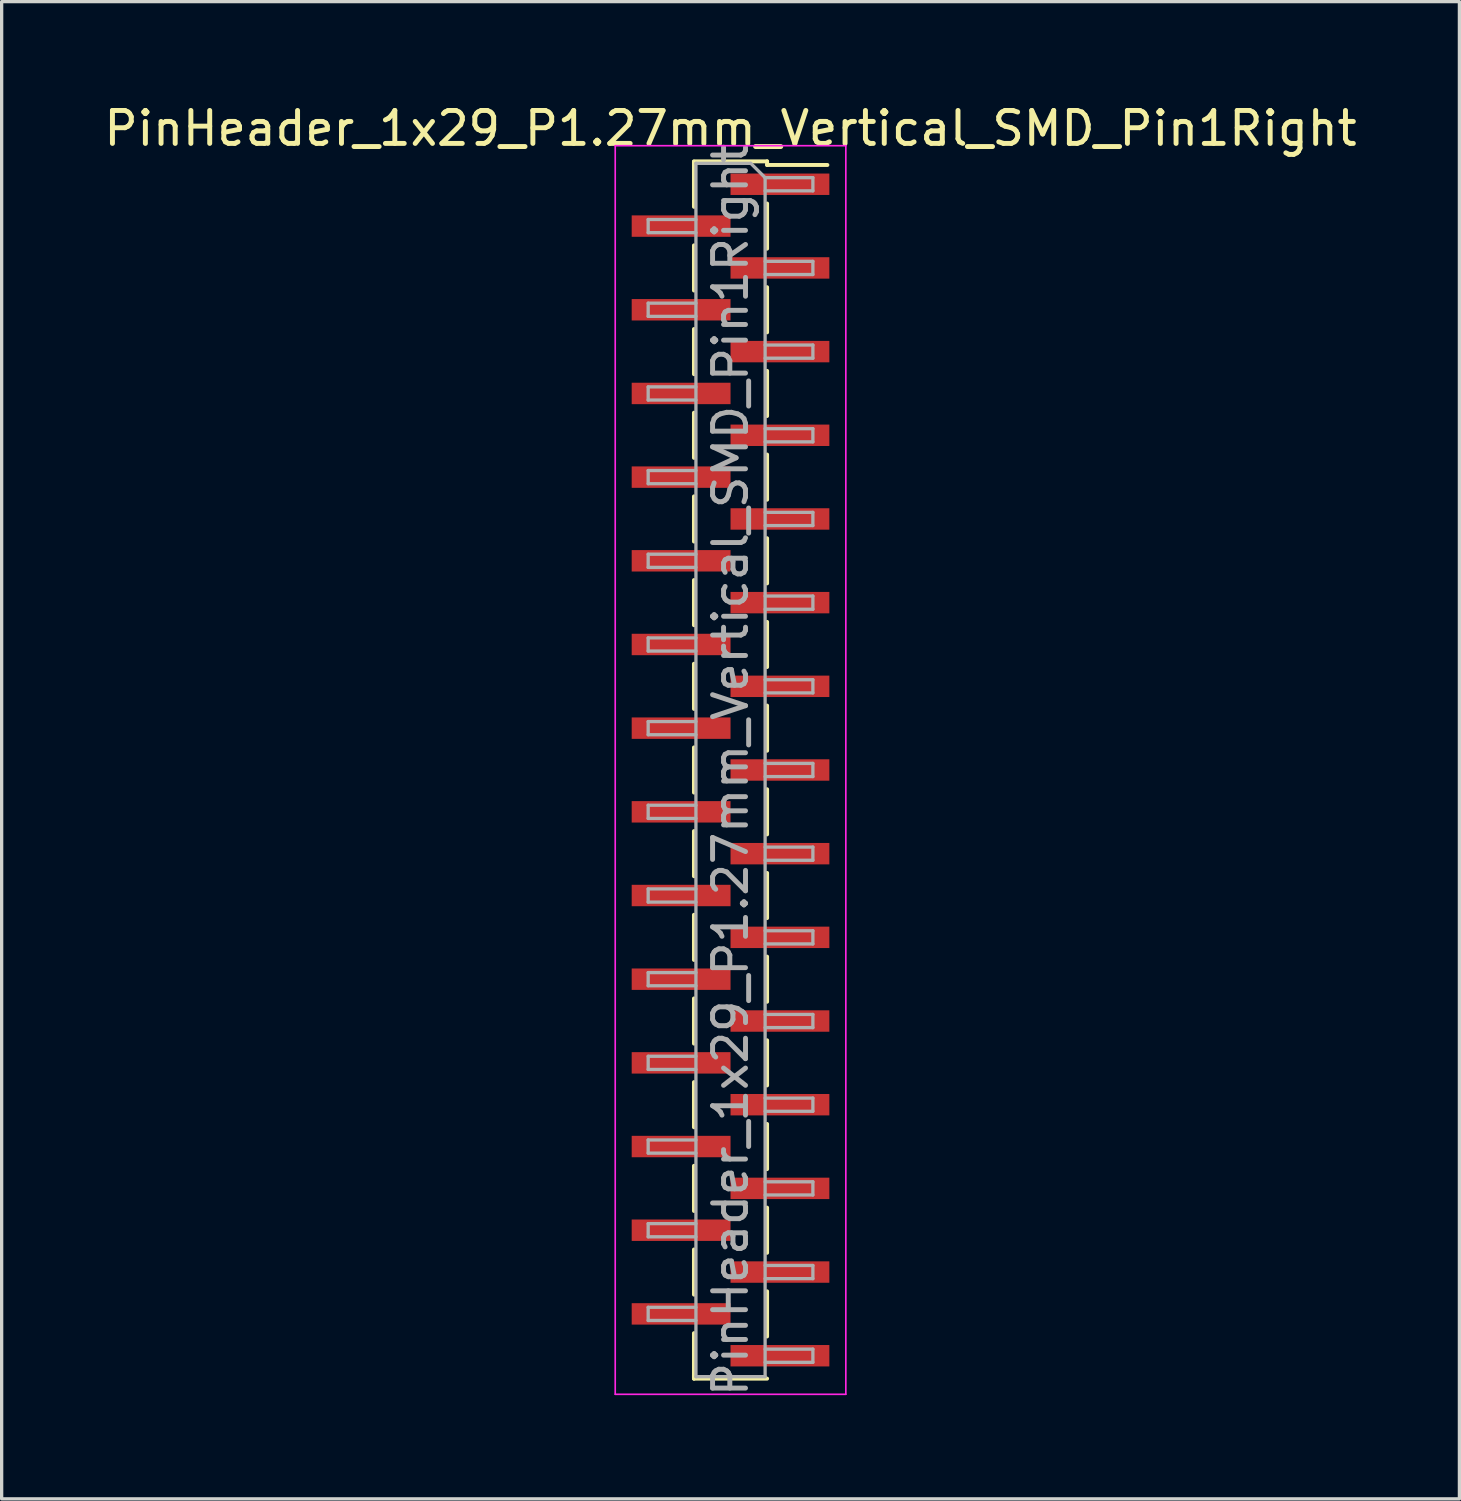
<source format=kicad_pcb>
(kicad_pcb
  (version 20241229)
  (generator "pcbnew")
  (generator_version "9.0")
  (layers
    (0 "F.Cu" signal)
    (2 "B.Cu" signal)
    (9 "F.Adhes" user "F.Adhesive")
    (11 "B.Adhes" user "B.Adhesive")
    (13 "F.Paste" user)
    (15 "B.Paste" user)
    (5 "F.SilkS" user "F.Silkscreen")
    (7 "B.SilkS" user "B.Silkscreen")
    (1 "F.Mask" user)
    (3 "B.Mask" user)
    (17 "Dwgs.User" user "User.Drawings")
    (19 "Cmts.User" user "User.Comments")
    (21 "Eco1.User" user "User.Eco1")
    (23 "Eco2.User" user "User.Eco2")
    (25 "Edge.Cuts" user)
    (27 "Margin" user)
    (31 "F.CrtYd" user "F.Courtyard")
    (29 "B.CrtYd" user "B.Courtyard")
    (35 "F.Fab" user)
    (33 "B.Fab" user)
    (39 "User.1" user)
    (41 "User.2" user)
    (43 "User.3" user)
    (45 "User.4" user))
  (footprint "PinHeader_1x29_P1.27mm_Vertical_SMD_Pin1Right"
    (layer "F.Cu")
    (at 19.125 20.323)
    (property "Reference" "PinHeader_1x29_P1.27mm_Vertical_SMD_Pin1Right" (at 0 -19.475 0) (layer "F.SilkS") (effects (font (size 1 1) (thickness 0.15))))
    (attr smd)
    (fp_line (start -1.11 -18.475) (end 1.11 -18.475) (stroke (width 0.12) (type solid)) (layer "F.SilkS"))
    (fp_line (start -1.11 -18.465) (end -1.11 -17.095) (stroke (width 0.12) (type solid)) (layer "F.SilkS"))
    (fp_line (start -1.11 -15.925) (end -1.11 -14.555) (stroke (width 0.12) (type solid)) (layer "F.SilkS"))
    (fp_line (start -1.11 -13.385) (end -1.11 -12.015) (stroke (width 0.12) (type solid)) (layer "F.SilkS"))
    (fp_line (start -1.11 -10.845) (end -1.11 -9.475) (stroke (width 0.12) (type solid)) (layer "F.SilkS"))
    (fp_line (start -1.11 -8.305) (end -1.11 -6.935) (stroke (width 0.12) (type solid)) (layer "F.SilkS"))
    (fp_line (start -1.11 -5.765) (end -1.11 -4.395) (stroke (width 0.12) (type solid)) (layer "F.SilkS"))
    (fp_line (start -1.11 -3.225) (end -1.11 -1.855) (stroke (width 0.12) (type solid)) (layer "F.SilkS"))
    (fp_line (start -1.11 -0.685) (end -1.11 0.685) (stroke (width 0.12) (type solid)) (layer "F.SilkS"))
    (fp_line (start -1.11 1.855) (end -1.11 3.225) (stroke (width 0.12) (type solid)) (layer "F.SilkS"))
    (fp_line (start -1.11 4.395) (end -1.11 5.765) (stroke (width 0.12) (type solid)) (layer "F.SilkS"))
    (fp_line (start -1.11 6.935) (end -1.11 8.305) (stroke (width 0.12) (type solid)) (layer "F.SilkS"))
    (fp_line (start -1.11 9.475) (end -1.11 10.845) (stroke (width 0.12) (type solid)) (layer "F.SilkS"))
    (fp_line (start -1.11 12.015) (end -1.11 13.385) (stroke (width 0.12) (type solid)) (layer "F.SilkS"))
    (fp_line (start -1.11 14.555) (end -1.11 15.925) (stroke (width 0.12) (type solid)) (layer "F.SilkS"))
    (fp_line (start -1.11 17.095) (end -1.11 18.465) (stroke (width 0.12) (type solid)) (layer "F.SilkS"))
    (fp_line (start -1.11 18.365) (end -1.11 18.475) (stroke (width 0.12) (type solid)) (layer "F.SilkS"))
    (fp_line (start -1.11 18.475) (end 1.11 18.475) (stroke (width 0.12) (type solid)) (layer "F.SilkS"))
    (fp_line (start 1.11 -18.475) (end 1.11 -18.365) (stroke (width 0.12) (type solid)) (layer "F.SilkS"))
    (fp_line (start 1.11 -18.365) (end 2.94 -18.365) (stroke (width 0.12) (type solid)) (layer "F.SilkS"))
    (fp_line (start 1.11 -17.195) (end 1.11 -15.825) (stroke (width 0.12) (type solid)) (layer "F.SilkS"))
    (fp_line (start 1.11 -14.655) (end 1.11 -13.285) (stroke (width 0.12) (type solid)) (layer "F.SilkS"))
    (fp_line (start 1.11 -12.115) (end 1.11 -10.745) (stroke (width 0.12) (type solid)) (layer "F.SilkS"))
    (fp_line (start 1.11 -9.575) (end 1.11 -8.205) (stroke (width 0.12) (type solid)) (layer "F.SilkS"))
    (fp_line (start 1.11 -7.035) (end 1.11 -5.665) (stroke (width 0.12) (type solid)) (layer "F.SilkS"))
    (fp_line (start 1.11 -4.495) (end 1.11 -3.125) (stroke (width 0.12) (type solid)) (layer "F.SilkS"))
    (fp_line (start 1.11 -1.955) (end 1.11 -0.585) (stroke (width 0.12) (type solid)) (layer "F.SilkS"))
    (fp_line (start 1.11 0.585) (end 1.11 1.955) (stroke (width 0.12) (type solid)) (layer "F.SilkS"))
    (fp_line (start 1.11 3.125) (end 1.11 4.495) (stroke (width 0.12) (type solid)) (layer "F.SilkS"))
    (fp_line (start 1.11 5.665) (end 1.11 7.035) (stroke (width 0.12) (type solid)) (layer "F.SilkS"))
    (fp_line (start 1.11 8.205) (end 1.11 9.575) (stroke (width 0.12) (type solid)) (layer "F.SilkS"))
    (fp_line (start 1.11 10.745) (end 1.11 12.115) (stroke (width 0.12) (type solid)) (layer "F.SilkS"))
    (fp_line (start 1.11 13.285) (end 1.11 14.655) (stroke (width 0.12) (type solid)) (layer "F.SilkS"))
    (fp_line (start 1.11 15.825) (end 1.11 17.195) (stroke (width 0.12) (type solid)) (layer "F.SilkS"))
    (fp_line (start -3.5 -18.95) (end -3.5 18.95) (stroke (width 0.05) (type solid)) (layer "F.CrtYd"))
    (fp_line (start -3.5 18.95) (end 3.5 18.95) (stroke (width 0.05) (type solid)) (layer "F.CrtYd"))
    (fp_line (start 3.5 -18.95) (end -3.5 -18.95) (stroke (width 0.05) (type solid)) (layer "F.CrtYd"))
    (fp_line (start 3.5 18.95) (end 3.5 -18.95) (stroke (width 0.05) (type solid)) (layer "F.CrtYd"))
    (fp_line (start -2.5 -16.71) (end -2.5 -16.31) (stroke (width 0.1) (type solid)) (layer "F.Fab"))
    (fp_line (start -2.5 -16.31) (end -1.05 -16.31) (stroke (width 0.1) (type solid)) (layer "F.Fab"))
    (fp_line (start -2.5 -14.17) (end -2.5 -13.77) (stroke (width 0.1) (type solid)) (layer "F.Fab"))
    (fp_line (start -2.5 -13.77) (end -1.05 -13.77) (stroke (width 0.1) (type solid)) (layer "F.Fab"))
    (fp_line (start -2.5 -11.63) (end -2.5 -11.23) (stroke (width 0.1) (type solid)) (layer "F.Fab"))
    (fp_line (start -2.5 -11.23) (end -1.05 -11.23) (stroke (width 0.1) (type solid)) (layer "F.Fab"))
    (fp_line (start -2.5 -9.09) (end -2.5 -8.69) (stroke (width 0.1) (type solid)) (layer "F.Fab"))
    (fp_line (start -2.5 -8.69) (end -1.05 -8.69) (stroke (width 0.1) (type solid)) (layer "F.Fab"))
    (fp_line (start -2.5 -6.55) (end -2.5 -6.15) (stroke (width 0.1) (type solid)) (layer "F.Fab"))
    (fp_line (start -2.5 -6.15) (end -1.05 -6.15) (stroke (width 0.1) (type solid)) (layer "F.Fab"))
    (fp_line (start -2.5 -4.01) (end -2.5 -3.61) (stroke (width 0.1) (type solid)) (layer "F.Fab"))
    (fp_line (start -2.5 -3.61) (end -1.05 -3.61) (stroke (width 0.1) (type solid)) (layer "F.Fab"))
    (fp_line (start -2.5 -1.47) (end -2.5 -1.07) (stroke (width 0.1) (type solid)) (layer "F.Fab"))
    (fp_line (start -2.5 -1.07) (end -1.05 -1.07) (stroke (width 0.1) (type solid)) (layer "F.Fab"))
    (fp_line (start -2.5 1.07) (end -2.5 1.47) (stroke (width 0.1) (type solid)) (layer "F.Fab"))
    (fp_line (start -2.5 1.47) (end -1.05 1.47) (stroke (width 0.1) (type solid)) (layer "F.Fab"))
    (fp_line (start -2.5 3.61) (end -2.5 4.01) (stroke (width 0.1) (type solid)) (layer "F.Fab"))
    (fp_line (start -2.5 4.01) (end -1.05 4.01) (stroke (width 0.1) (type solid)) (layer "F.Fab"))
    (fp_line (start -2.5 6.15) (end -2.5 6.55) (stroke (width 0.1) (type solid)) (layer "F.Fab"))
    (fp_line (start -2.5 6.55) (end -1.05 6.55) (stroke (width 0.1) (type solid)) (layer "F.Fab"))
    (fp_line (start -2.5 8.69) (end -2.5 9.09) (stroke (width 0.1) (type solid)) (layer "F.Fab"))
    (fp_line (start -2.5 9.09) (end -1.05 9.09) (stroke (width 0.1) (type solid)) (layer "F.Fab"))
    (fp_line (start -2.5 11.23) (end -2.5 11.63) (stroke (width 0.1) (type solid)) (layer "F.Fab"))
    (fp_line (start -2.5 11.63) (end -1.05 11.63) (stroke (width 0.1) (type solid)) (layer "F.Fab"))
    (fp_line (start -2.5 13.77) (end -2.5 14.17) (stroke (width 0.1) (type solid)) (layer "F.Fab"))
    (fp_line (start -2.5 14.17) (end -1.05 14.17) (stroke (width 0.1) (type solid)) (layer "F.Fab"))
    (fp_line (start -2.5 16.31) (end -2.5 16.71) (stroke (width 0.1) (type solid)) (layer "F.Fab"))
    (fp_line (start -2.5 16.71) (end -1.05 16.71) (stroke (width 0.1) (type solid)) (layer "F.Fab"))
    (fp_line (start -1.05 -18.415) (end -1.05 18.415) (stroke (width 0.1) (type solid)) (layer "F.Fab"))
    (fp_line (start -1.05 -18.415) (end 0.615 -18.415) (stroke (width 0.1) (type solid)) (layer "F.Fab"))
    (fp_line (start -1.05 -16.71) (end -2.5 -16.71) (stroke (width 0.1) (type solid)) (layer "F.Fab"))
    (fp_line (start -1.05 -14.17) (end -2.5 -14.17) (stroke (width 0.1) (type solid)) (layer "F.Fab"))
    (fp_line (start -1.05 -11.63) (end -2.5 -11.63) (stroke (width 0.1) (type solid)) (layer "F.Fab"))
    (fp_line (start -1.05 -9.09) (end -2.5 -9.09) (stroke (width 0.1) (type solid)) (layer "F.Fab"))
    (fp_line (start -1.05 -6.55) (end -2.5 -6.55) (stroke (width 0.1) (type solid)) (layer "F.Fab"))
    (fp_line (start -1.05 -4.01) (end -2.5 -4.01) (stroke (width 0.1) (type solid)) (layer "F.Fab"))
    (fp_line (start -1.05 -1.47) (end -2.5 -1.47) (stroke (width 0.1) (type solid)) (layer "F.Fab"))
    (fp_line (start -1.05 1.07) (end -2.5 1.07) (stroke (width 0.1) (type solid)) (layer "F.Fab"))
    (fp_line (start -1.05 3.61) (end -2.5 3.61) (stroke (width 0.1) (type solid)) (layer "F.Fab"))
    (fp_line (start -1.05 6.15) (end -2.5 6.15) (stroke (width 0.1) (type solid)) (layer "F.Fab"))
    (fp_line (start -1.05 8.69) (end -2.5 8.69) (stroke (width 0.1) (type solid)) (layer "F.Fab"))
    (fp_line (start -1.05 11.23) (end -2.5 11.23) (stroke (width 0.1) (type solid)) (layer "F.Fab"))
    (fp_line (start -1.05 13.77) (end -2.5 13.77) (stroke (width 0.1) (type solid)) (layer "F.Fab"))
    (fp_line (start -1.05 16.31) (end -2.5 16.31) (stroke (width 0.1) (type solid)) (layer "F.Fab"))
    (fp_line (start 1.05 -17.98) (end 0.615 -18.415) (stroke (width 0.1) (type solid)) (layer "F.Fab"))
    (fp_line (start 1.05 -17.98) (end 2.5 -17.98) (stroke (width 0.1) (type solid)) (layer "F.Fab"))
    (fp_line (start 1.05 -15.44) (end 2.5 -15.44) (stroke (width 0.1) (type solid)) (layer "F.Fab"))
    (fp_line (start 1.05 -12.9) (end 2.5 -12.9) (stroke (width 0.1) (type solid)) (layer "F.Fab"))
    (fp_line (start 1.05 -10.36) (end 2.5 -10.36) (stroke (width 0.1) (type solid)) (layer "F.Fab"))
    (fp_line (start 1.05 -7.82) (end 2.5 -7.82) (stroke (width 0.1) (type solid)) (layer "F.Fab"))
    (fp_line (start 1.05 -5.28) (end 2.5 -5.28) (stroke (width 0.1) (type solid)) (layer "F.Fab"))
    (fp_line (start 1.05 -2.74) (end 2.5 -2.74) (stroke (width 0.1) (type solid)) (layer "F.Fab"))
    (fp_line (start 1.05 -0.2) (end 2.5 -0.2) (stroke (width 0.1) (type solid)) (layer "F.Fab"))
    (fp_line (start 1.05 2.34) (end 2.5 2.34) (stroke (width 0.1) (type solid)) (layer "F.Fab"))
    (fp_line (start 1.05 4.88) (end 2.5 4.88) (stroke (width 0.1) (type solid)) (layer "F.Fab"))
    (fp_line (start 1.05 7.42) (end 2.5 7.42) (stroke (width 0.1) (type solid)) (layer "F.Fab"))
    (fp_line (start 1.05 9.96) (end 2.5 9.96) (stroke (width 0.1) (type solid)) (layer "F.Fab"))
    (fp_line (start 1.05 12.5) (end 2.5 12.5) (stroke (width 0.1) (type solid)) (layer "F.Fab"))
    (fp_line (start 1.05 15.04) (end 2.5 15.04) (stroke (width 0.1) (type solid)) (layer "F.Fab"))
    (fp_line (start 1.05 17.58) (end 2.5 17.58) (stroke (width 0.1) (type solid)) (layer "F.Fab"))
    (fp_line (start 1.05 18.415) (end -1.05 18.415) (stroke (width 0.1) (type solid)) (layer "F.Fab"))
    (fp_line (start 1.05 18.415) (end 1.05 -17.98) (stroke (width 0.1) (type solid)) (layer "F.Fab"))
    (fp_line (start 2.5 -17.98) (end 2.5 -17.58) (stroke (width 0.1) (type solid)) (layer "F.Fab"))
    (fp_line (start 2.5 -17.58) (end 1.05 -17.58) (stroke (width 0.1) (type solid)) (layer "F.Fab"))
    (fp_line (start 2.5 -15.44) (end 2.5 -15.04) (stroke (width 0.1) (type solid)) (layer "F.Fab"))
    (fp_line (start 2.5 -15.04) (end 1.05 -15.04) (stroke (width 0.1) (type solid)) (layer "F.Fab"))
    (fp_line (start 2.5 -12.9) (end 2.5 -12.5) (stroke (width 0.1) (type solid)) (layer "F.Fab"))
    (fp_line (start 2.5 -12.5) (end 1.05 -12.5) (stroke (width 0.1) (type solid)) (layer "F.Fab"))
    (fp_line (start 2.5 -10.36) (end 2.5 -9.96) (stroke (width 0.1) (type solid)) (layer "F.Fab"))
    (fp_line (start 2.5 -9.96) (end 1.05 -9.96) (stroke (width 0.1) (type solid)) (layer "F.Fab"))
    (fp_line (start 2.5 -7.82) (end 2.5 -7.42) (stroke (width 0.1) (type solid)) (layer "F.Fab"))
    (fp_line (start 2.5 -7.42) (end 1.05 -7.42) (stroke (width 0.1) (type solid)) (layer "F.Fab"))
    (fp_line (start 2.5 -5.28) (end 2.5 -4.88) (stroke (width 0.1) (type solid)) (layer "F.Fab"))
    (fp_line (start 2.5 -4.88) (end 1.05 -4.88) (stroke (width 0.1) (type solid)) (layer "F.Fab"))
    (fp_line (start 2.5 -2.74) (end 2.5 -2.34) (stroke (width 0.1) (type solid)) (layer "F.Fab"))
    (fp_line (start 2.5 -2.34) (end 1.05 -2.34) (stroke (width 0.1) (type solid)) (layer "F.Fab"))
    (fp_line (start 2.5 -0.2) (end 2.5 0.2) (stroke (width 0.1) (type solid)) (layer "F.Fab"))
    (fp_line (start 2.5 0.2) (end 1.05 0.2) (stroke (width 0.1) (type solid)) (layer "F.Fab"))
    (fp_line (start 2.5 2.34) (end 2.5 2.74) (stroke (width 0.1) (type solid)) (layer "F.Fab"))
    (fp_line (start 2.5 2.74) (end 1.05 2.74) (stroke (width 0.1) (type solid)) (layer "F.Fab"))
    (fp_line (start 2.5 4.88) (end 2.5 5.28) (stroke (width 0.1) (type solid)) (layer "F.Fab"))
    (fp_line (start 2.5 5.28) (end 1.05 5.28) (stroke (width 0.1) (type solid)) (layer "F.Fab"))
    (fp_line (start 2.5 7.42) (end 2.5 7.82) (stroke (width 0.1) (type solid)) (layer "F.Fab"))
    (fp_line (start 2.5 7.82) (end 1.05 7.82) (stroke (width 0.1) (type solid)) (layer "F.Fab"))
    (fp_line (start 2.5 9.96) (end 2.5 10.36) (stroke (width 0.1) (type solid)) (layer "F.Fab"))
    (fp_line (start 2.5 10.36) (end 1.05 10.36) (stroke (width 0.1) (type solid)) (layer "F.Fab"))
    (fp_line (start 2.5 12.5) (end 2.5 12.9) (stroke (width 0.1) (type solid)) (layer "F.Fab"))
    (fp_line (start 2.5 12.9) (end 1.05 12.9) (stroke (width 0.1) (type solid)) (layer "F.Fab"))
    (fp_line (start 2.5 15.04) (end 2.5 15.44) (stroke (width 0.1) (type solid)) (layer "F.Fab"))
    (fp_line (start 2.5 15.44) (end 1.05 15.44) (stroke (width 0.1) (type solid)) (layer "F.Fab"))
    (fp_line (start 2.5 17.58) (end 2.5 17.98) (stroke (width 0.1) (type solid)) (layer "F.Fab"))
    (fp_line (start 2.5 17.98) (end 1.05 17.98) (stroke (width 0.1) (type solid)) (layer "F.Fab"))
    (fp_text user "${REFERENCE}" (at 0 0 90) (layer "F.Fab") (effects (font (size 1 1) (thickness 0.15))))
    (pad "1" smd rect (at 1.5 -17.78) (size 3 0.65) (layers "F.Cu" "F.Mask" "F.Paste"))
    (pad "2" smd rect (at -1.5 -16.51) (size 3 0.65) (layers "F.Cu" "F.Mask" "F.Paste"))
    (pad "3" smd rect (at 1.5 -15.24) (size 3 0.65) (layers "F.Cu" "F.Mask" "F.Paste"))
    (pad "4" smd rect (at -1.5 -13.97) (size 3 0.65) (layers "F.Cu" "F.Mask" "F.Paste"))
    (pad "5" smd rect (at 1.5 -12.7) (size 3 0.65) (layers "F.Cu" "F.Mask" "F.Paste"))
    (pad "6" smd rect (at -1.5 -11.43) (size 3 0.65) (layers "F.Cu" "F.Mask" "F.Paste"))
    (pad "7" smd rect (at 1.5 -10.16) (size 3 0.65) (layers "F.Cu" "F.Mask" "F.Paste"))
    (pad "8" smd rect (at -1.5 -8.89) (size 3 0.65) (layers "F.Cu" "F.Mask" "F.Paste"))
    (pad "9" smd rect (at 1.5 -7.62) (size 3 0.65) (layers "F.Cu" "F.Mask" "F.Paste"))
    (pad "10" smd rect (at -1.5 -6.35) (size 3 0.65) (layers "F.Cu" "F.Mask" "F.Paste"))
    (pad "11" smd rect (at 1.5 -5.08) (size 3 0.65) (layers "F.Cu" "F.Mask" "F.Paste"))
    (pad "12" smd rect (at -1.5 -3.81) (size 3 0.65) (layers "F.Cu" "F.Mask" "F.Paste"))
    (pad "13" smd rect (at 1.5 -2.54) (size 3 0.65) (layers "F.Cu" "F.Mask" "F.Paste"))
    (pad "14" smd rect (at -1.5 -1.27) (size 3 0.65) (layers "F.Cu" "F.Mask" "F.Paste"))
    (pad "15" smd rect (at 1.5 0) (size 3 0.65) (layers "F.Cu" "F.Mask" "F.Paste"))
    (pad "16" smd rect (at -1.5 1.27) (size 3 0.65) (layers "F.Cu" "F.Mask" "F.Paste"))
    (pad "17" smd rect (at 1.5 2.54) (size 3 0.65) (layers "F.Cu" "F.Mask" "F.Paste"))
    (pad "18" smd rect (at -1.5 3.81) (size 3 0.65) (layers "F.Cu" "F.Mask" "F.Paste"))
    (pad "19" smd rect (at 1.5 5.08) (size 3 0.65) (layers "F.Cu" "F.Mask" "F.Paste"))
    (pad "20" smd rect (at -1.5 6.35) (size 3 0.65) (layers "F.Cu" "F.Mask" "F.Paste"))
    (pad "21" smd rect (at 1.5 7.62) (size 3 0.65) (layers "F.Cu" "F.Mask" "F.Paste"))
    (pad "22" smd rect (at -1.5 8.89) (size 3 0.65) (layers "F.Cu" "F.Mask" "F.Paste"))
    (pad "23" smd rect (at 1.5 10.16) (size 3 0.65) (layers "F.Cu" "F.Mask" "F.Paste"))
    (pad "24" smd rect (at -1.5 11.43) (size 3 0.65) (layers "F.Cu" "F.Mask" "F.Paste"))
    (pad "25" smd rect (at 1.5 12.7) (size 3 0.65) (layers "F.Cu" "F.Mask" "F.Paste"))
    (pad "26" smd rect (at -1.5 13.97) (size 3 0.65) (layers "F.Cu" "F.Mask" "F.Paste"))
    (pad "27" smd rect (at 1.5 15.24) (size 3 0.65) (layers "F.Cu" "F.Mask" "F.Paste"))
    (pad "28" smd rect (at -1.5 16.51) (size 3 0.65) (layers "F.Cu" "F.Mask" "F.Paste"))
    (pad "29" smd rect (at 1.5 17.78) (size 3 0.65) (layers "F.Cu" "F.Mask" "F.Paste")))
  (gr_rect
    (start -3 -3)
    (end 41.25 42.448)
    (stroke (width 0.1) (type default))
    (fill no)
    (layer "Edge.Cuts")))
</source>
